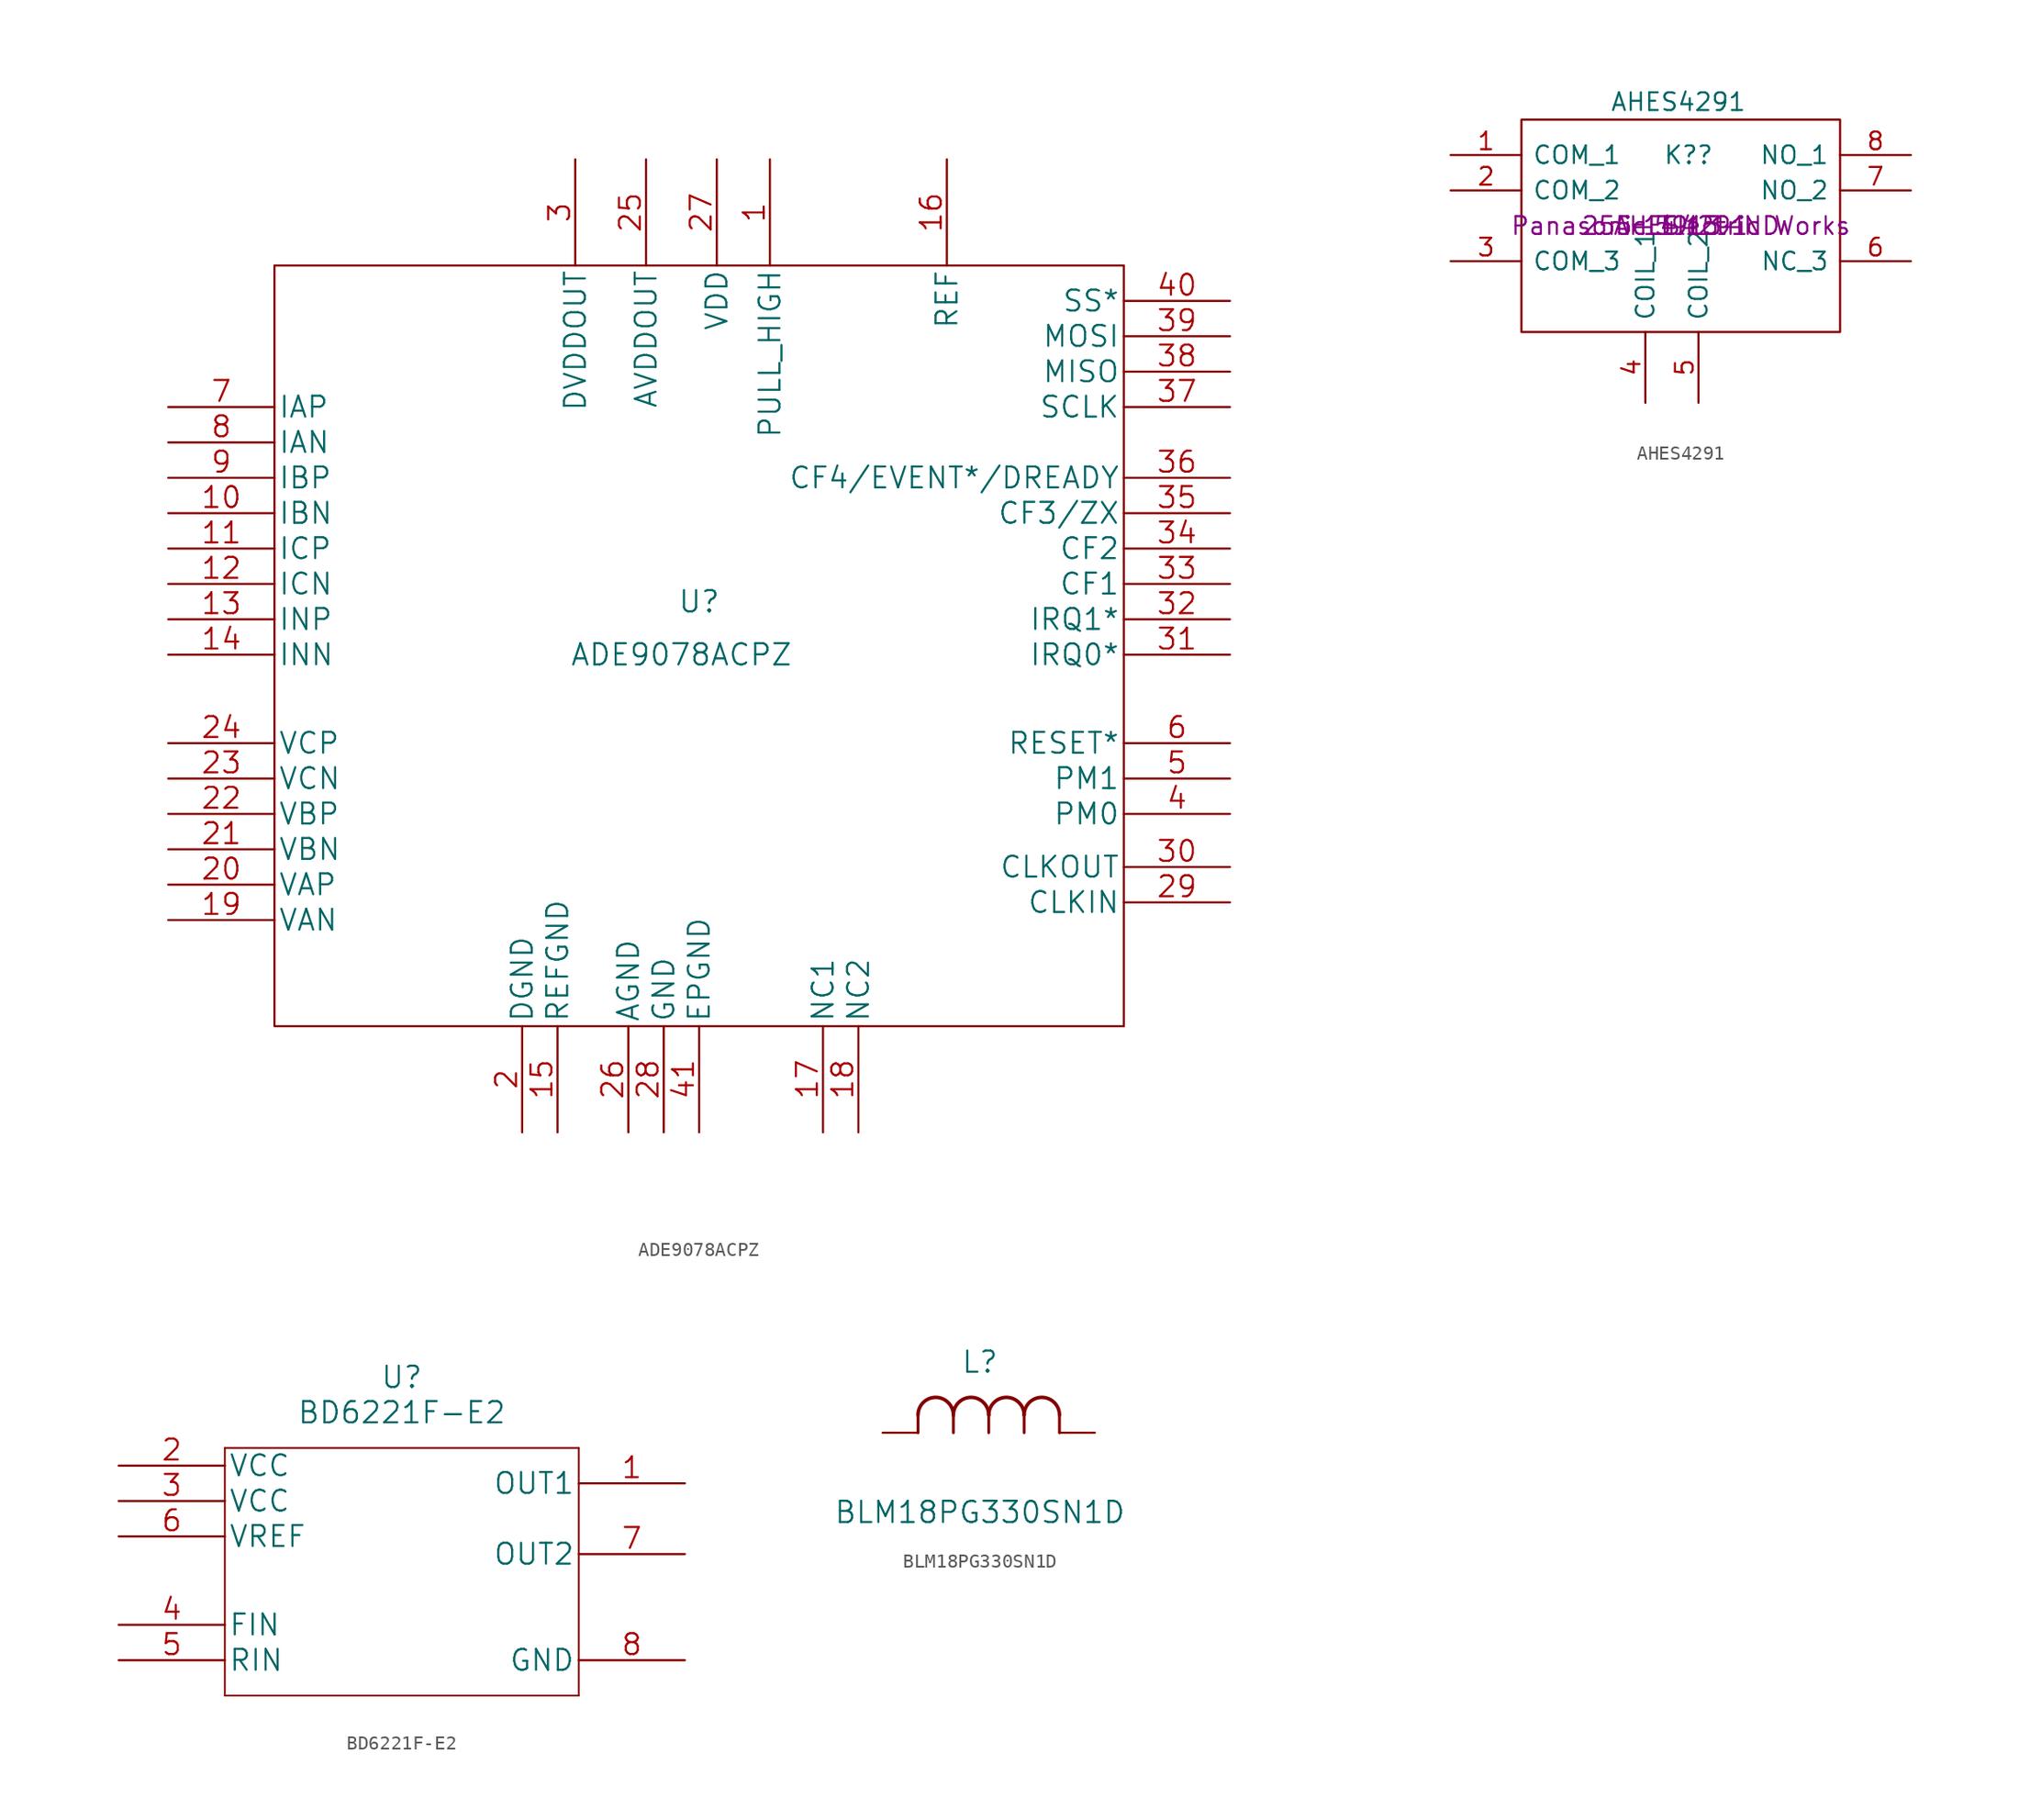
<source format=kicad_sym>
(kicad_symbol_lib
  (version 20211014)
  (generator kicad_symbol_editor)
  (symbol "ADE9078ACPZ"
    (pin_names
      (offset 0.254))
    (property "Reference" "U"
      (at 38.1 -21.59 0)
      (effects (font (size 1.524 1.524))))
    (property "Value" "ADE9078ACPZ"
      (at 36.83 -25.4 0)
      (effects (font (size 1.524 1.524))))
    (property "Datasheet" ""
      (at 34.29 10.16 90)
      (effects (font (size 1.524 1.524))))
    (symbol "ADE9078ACPZ_1_1"
      (rectangle (start 7.62 2.54) (end 68.58 -52.07) (stroke (width 0) (type default) (color 0 0 0 0)) (fill (type none)))
      (rectangle (start 68.58 -52.07) (end 68.58 -52.07) (stroke (width 0) (type default) (color 0 0 0 0)) (fill (type none)))
      (pin unspecified line (at 43.18 10.16 270) (length 7.62) (name "PULL_HIGH" (effects (font (size 1.499 1.499)))) (number "1" (effects (font (size 1.499 1.499)))))
      (pin unspecified line (at 0 -15.24 0) (length 7.62) (name "IBN" (effects (font (size 1.499 1.499)))) (number "10" (effects (font (size 1.499 1.499)))))
      (pin unspecified line (at 0 -17.78 0) (length 7.62) (name "ICP" (effects (font (size 1.499 1.499)))) (number "11" (effects (font (size 1.499 1.499)))))
      (pin unspecified line (at 0 -20.32 0) (length 7.62) (name "ICN" (effects (font (size 1.499 1.499)))) (number "12" (effects (font (size 1.499 1.499)))))
      (pin unspecified line (at 0 -22.86 0) (length 7.62) (name "INP" (effects (font (size 1.499 1.499)))) (number "13" (effects (font (size 1.499 1.499)))))
      (pin unspecified line (at 0 -25.4 0) (length 7.62) (name "INN" (effects (font (size 1.499 1.499)))) (number "14" (effects (font (size 1.499 1.499)))))
      (pin unspecified line (at 27.94 -59.69 90) (length 7.62) (name "REFGND" (effects (font (size 1.499 1.499)))) (number "15" (effects (font (size 1.499 1.499)))))
      (pin unspecified line (at 55.88 10.16 270) (length 7.62) (name "REF" (effects (font (size 1.499 1.499)))) (number "16" (effects (font (size 1.499 1.499)))))
      (pin unspecified line (at 46.99 -59.69 90) (length 7.62) (name "NC1" (effects (font (size 1.499 1.499)))) (number "17" (effects (font (size 1.499 1.499)))))
      (pin unspecified line (at 49.53 -59.69 90) (length 7.62) (name "NC2" (effects (font (size 1.499 1.499)))) (number "18" (effects (font (size 1.499 1.499)))))
      (pin unspecified line (at 0 -44.45 0) (length 7.62) (name "VAN" (effects (font (size 1.499 1.499)))) (number "19" (effects (font (size 1.499 1.499)))))
      (pin unspecified line (at 25.4 -59.69 90) (length 7.62) (name "DGND" (effects (font (size 1.499 1.499)))) (number "2" (effects (font (size 1.499 1.499)))))
      (pin unspecified line (at 0 -41.91 0) (length 7.62) (name "VAP" (effects (font (size 1.499 1.499)))) (number "20" (effects (font (size 1.499 1.499)))))
      (pin unspecified line (at 0 -39.37 0) (length 7.62) (name "VBN" (effects (font (size 1.499 1.499)))) (number "21" (effects (font (size 1.499 1.499)))))
      (pin unspecified line (at 0 -36.83 0) (length 7.62) (name "VBP" (effects (font (size 1.499 1.499)))) (number "22" (effects (font (size 1.499 1.499)))))
      (pin unspecified line (at 0 -34.29 0) (length 7.62) (name "VCN" (effects (font (size 1.499 1.499)))) (number "23" (effects (font (size 1.499 1.499)))))
      (pin unspecified line (at 0 -31.75 0) (length 7.62) (name "VCP" (effects (font (size 1.499 1.499)))) (number "24" (effects (font (size 1.499 1.499)))))
      (pin unspecified line (at 34.29 10.16 270) (length 7.62) (name "AVDDOUT" (effects (font (size 1.499 1.499)))) (number "25" (effects (font (size 1.499 1.499)))))
      (pin unspecified line (at 33.02 -59.69 90) (length 7.62) (name "AGND" (effects (font (size 1.499 1.499)))) (number "26" (effects (font (size 1.499 1.499)))))
      (pin unspecified line (at 39.37 10.16 270) (length 7.62) (name "VDD" (effects (font (size 1.499 1.499)))) (number "27" (effects (font (size 1.499 1.499)))))
      (pin unspecified line (at 35.56 -59.69 90) (length 7.62) (name "GND" (effects (font (size 1.499 1.499)))) (number "28" (effects (font (size 1.499 1.499)))))
      (pin unspecified line (at 76.2 -43.18 180) (length 7.62) (name "CLKIN" (effects (font (size 1.499 1.499)))) (number "29" (effects (font (size 1.499 1.499)))))
      (pin unspecified line (at 29.21 10.16 270) (length 7.62) (name "DVDDOUT" (effects (font (size 1.499 1.499)))) (number "3" (effects (font (size 1.499 1.499)))))
      (pin unspecified line (at 76.2 -40.64 180) (length 7.62) (name "CLKOUT" (effects (font (size 1.499 1.499)))) (number "30" (effects (font (size 1.499 1.499)))))
      (pin unspecified line (at 76.2 -25.4 180) (length 7.62) (name "IRQ0*" (effects (font (size 1.499 1.499)))) (number "31" (effects (font (size 1.499 1.499)))))
      (pin unspecified line (at 76.2 -22.86 180) (length 7.62) (name "IRQ1*" (effects (font (size 1.499 1.499)))) (number "32" (effects (font (size 1.499 1.499)))))
      (pin unspecified line (at 76.2 -20.32 180) (length 7.62) (name "CF1" (effects (font (size 1.499 1.499)))) (number "33" (effects (font (size 1.499 1.499)))))
      (pin unspecified line (at 76.2 -17.78 180) (length 7.62) (name "CF2" (effects (font (size 1.499 1.499)))) (number "34" (effects (font (size 1.499 1.499)))))
      (pin unspecified line (at 76.2 -15.24 180) (length 7.62) (name "CF3/ZX" (effects (font (size 1.499 1.499)))) (number "35" (effects (font (size 1.499 1.499)))))
      (pin unspecified line (at 76.2 -12.7 180) (length 7.62) (name "CF4/EVENT*/DREADY" (effects (font (size 1.499 1.499)))) (number "36" (effects (font (size 1.499 1.499)))))
      (pin unspecified line (at 76.2 -7.62 180) (length 7.62) (name "SCLK" (effects (font (size 1.499 1.499)))) (number "37" (effects (font (size 1.499 1.499)))))
      (pin unspecified line (at 76.2 -5.08 180) (length 7.62) (name "MISO" (effects (font (size 1.499 1.499)))) (number "38" (effects (font (size 1.499 1.499)))))
      (pin unspecified line (at 76.2 -2.54 180) (length 7.62) (name "MOSI" (effects (font (size 1.499 1.499)))) (number "39" (effects (font (size 1.499 1.499)))))
      (pin unspecified line (at 76.2 -36.83 180) (length 7.62) (name "PM0" (effects (font (size 1.499 1.499)))) (number "4" (effects (font (size 1.499 1.499)))))
      (pin unspecified line (at 76.2 0 180) (length 7.62) (name "SS*" (effects (font (size 1.499 1.499)))) (number "40" (effects (font (size 1.499 1.499)))))
      (pin unspecified line (at 38.1 -59.69 90) (length 7.62) (name "EPGND" (effects (font (size 1.499 1.499)))) (number "41" (effects (font (size 1.499 1.499)))))
      (pin unspecified line (at 76.2 -34.29 180) (length 7.62) (name "PM1" (effects (font (size 1.499 1.499)))) (number "5" (effects (font (size 1.499 1.499)))))
      (pin unspecified line (at 76.2 -31.75 180) (length 7.62) (name "RESET*" (effects (font (size 1.499 1.499)))) (number "6" (effects (font (size 1.499 1.499)))))
      (pin unspecified line (at 0 -7.62 0) (length 7.62) (name "IAP" (effects (font (size 1.499 1.499)))) (number "7" (effects (font (size 1.499 1.499)))))
      (pin unspecified line (at 0 -10.16 0) (length 7.62) (name "IAN" (effects (font (size 1.499 1.499)))) (number "8" (effects (font (size 1.499 1.499)))))
      (pin unspecified line (at 0 -12.7 0) (length 7.62) (name "IBP" (effects (font (size 1.499 1.499)))) (number "9" (effects (font (size 1.499 1.499)))))))
  (symbol "AHES4291"
    (pin_names
      (offset 0.762))
    (property "Reference" "K?"
      (at -1.27 5.08 0)
      (effects (font (size 1.27 1.27)) (justify left)))
    (property "Value" "AHES4291"
      (at -5.08 8.89 0)
      (effects (font (size 1.27 1.27)) (justify left)))
    (property "Digikey" "255-5913-ND"
      (at 0 0 0)
      (effects (font (size 1.27 1.27))))
    (property "MPN" "AHES4291"
      (at 0 0 0)
      (effects (font (size 1.27 1.27))))
    (property "Price" "14.15"
      (at 0 0 0)
      (effects (font (size 1.27 1.27))))
    (property "Manufacturer" "Panasonic Electric Works"
      (at 0 0 0)
      (effects (font (size 1.27 1.27))))
    (symbol "AHES4291_0_0"
      (pin passive line (at -16.51 5.08 0) (length 5.08) (name "COM_1" (effects (font (size 1.27 1.27)))) (number "1" (effects (font (size 1.27 1.27)))))
      (pin passive line (at -16.51 2.54 0) (length 5.08) (name "COM_2" (effects (font (size 1.27 1.27)))) (number "2" (effects (font (size 1.27 1.27)))))
      (pin passive line (at -16.51 -2.54 0) (length 5.08) (name "COM_3" (effects (font (size 1.27 1.27)))) (number "3" (effects (font (size 1.27 1.27)))))
      (pin passive line (at -2.54 -12.7 90) (length 5.08) (name "COIL_1" (effects (font (size 1.27 1.27)))) (number "4" (effects (font (size 1.27 1.27)))))
      (pin passive line (at 1.27 -12.7 90) (length 5.08) (name "COIL_2" (effects (font (size 1.27 1.27)))) (number "5" (effects (font (size 1.27 1.27)))))
      (pin passive line (at 16.51 -2.54 180) (length 5.08) (name "NC_3" (effects (font (size 1.27 1.27)))) (number "6" (effects (font (size 1.27 1.27)))))
      (pin passive line (at 16.51 2.54 180) (length 5.08) (name "NO_2" (effects (font (size 1.27 1.27)))) (number "7" (effects (font (size 1.27 1.27)))))
      (pin passive line (at 16.51 5.08 180) (length 5.08) (name "NO_1" (effects (font (size 1.27 1.27)))) (number "8" (effects (font (size 1.27 1.27))))))
    (symbol "AHES4291_0_1"
      (polyline (pts (xy -11.43 7.62) (xy 11.43 7.62) (xy 11.43 -7.62) (xy -11.43 -7.62) (xy -11.43 7.62)) (stroke (width 0.152) (type default) (color 0 0 0 0)) (fill (type none)))))
  (symbol "BD6221F-E2"
    (pin_names
      (offset 0.254))
    (property "Reference" "U"
      (at -1.27 13.97 0)
      (effects (font (size 1.524 1.524))))
    (property "Value" "BD6221F-E2"
      (at -1.27 11.43 0)
      (effects (font (size 1.524 1.524))))
    (symbol "BD6221F-E2_1_1"
      (polyline (pts (xy -13.97 -8.89) (xy 11.43 -8.89)) (stroke (width 0.127) (type default) (color 0 0 0 0)) (fill (type none)))
      (polyline (pts (xy -13.97 8.89) (xy -13.97 -8.89)) (stroke (width 0.127) (type default) (color 0 0 0 0)) (fill (type none)))
      (polyline (pts (xy 11.43 -8.89) (xy 11.43 8.89)) (stroke (width 0.127) (type default) (color 0 0 0 0)) (fill (type none)))
      (polyline (pts (xy 11.43 8.89) (xy -13.97 8.89)) (stroke (width 0.127) (type default) (color 0 0 0 0)) (fill (type none)))
      (pin output line (at 19.05 6.35 180) (length 7.62) (name "OUT1" (effects (font (size 1.499 1.499)))) (number "1" (effects (font (size 1.499 1.499)))))
      (pin power_in line (at -21.59 7.62 0) (length 7.62) (name "VCC" (effects (font (size 1.499 1.499)))) (number "2" (effects (font (size 1.499 1.499)))))
      (pin power_in line (at -21.59 5.08 0) (length 7.62) (name "VCC" (effects (font (size 1.499 1.499)))) (number "3" (effects (font (size 1.499 1.499)))))
      (pin input line (at -21.59 -3.81 0) (length 7.62) (name "FIN" (effects (font (size 1.499 1.499)))) (number "4" (effects (font (size 1.499 1.499)))))
      (pin input line (at -21.59 -6.35 0) (length 7.62) (name "RIN" (effects (font (size 1.499 1.499)))) (number "5" (effects (font (size 1.499 1.499)))))
      (pin power_in line (at -21.59 2.54 0) (length 7.62) (name "VREF" (effects (font (size 1.499 1.499)))) (number "6" (effects (font (size 1.499 1.499)))))
      (pin output line (at 19.05 1.27 180) (length 7.62) (name "OUT2" (effects (font (size 1.499 1.499)))) (number "7" (effects (font (size 1.499 1.499)))))
      (pin power_in line (at 19.05 -6.35 180) (length 7.62) (name "GND" (effects (font (size 1.499 1.499)))) (number "8" (effects (font (size 1.499 1.499)))))))
  (symbol "BLM18PG330SN1D"
    (pin_numbers hide)
    (pin_names
      (offset 1.651) hide)
    (property "Reference" "L"
      (at -0.635 5.08 0)
      (effects (font (size 1.524 1.524))))
    (property "Value" "BLM18PG330SN1D"
      (at -0.635 -5.715 0)
      (effects (font (size 1.524 1.524))))
    (property "Datasheet" ""
      (at -7.62 0 0)
      (effects (font (size 1.524 1.524))))
    (symbol "BLM18PG330SN1D_1_1"
      (arc (start -2.54 1.27) (mid -3.81 2.54) (end -5.08 1.27) (stroke (width 0.254) (type default) (color 0 0 0 0)) (fill (type none)))
      (polyline (pts (xy -5.08 0) (xy -5.08 1.27)) (stroke (width 0.203) (type default) (color 0 0 0 0)) (fill (type none)))
      (polyline (pts (xy -2.54 0) (xy -2.54 1.27)) (stroke (width 0.203) (type default) (color 0 0 0 0)) (fill (type none)))
      (polyline (pts (xy 0 0) (xy 0 1.27)) (stroke (width 0.203) (type default) (color 0 0 0 0)) (fill (type none)))
      (polyline (pts (xy 2.54 0) (xy 2.54 1.27)) (stroke (width 0.203) (type default) (color 0 0 0 0)) (fill (type none)))
      (polyline (pts (xy 5.08 0) (xy 5.08 1.27)) (stroke (width 0.203) (type default) (color 0 0 0 0)) (fill (type none)))
      (arc (start 0 1.27) (mid -1.27 2.54) (end -2.54 1.27) (stroke (width 0.254) (type default) (color 0 0 0 0)) (fill (type none)))
      (arc (start 2.54 1.27) (mid 1.27 2.54) (end 0 1.27) (stroke (width 0.254) (type default) (color 0 0 0 0)) (fill (type none)))
      (arc (start 5.08 1.27) (mid 3.81 2.54) (end 2.54 1.27) (stroke (width 0.254) (type default) (color 0 0 0 0)) (fill (type none)))
      (pin passive line (at 7.62 0 180) (length 2.54) (name "1" (effects (font (size 1.499 1.499)))) (number "1" (effects (font (size 1.499 1.499)))))
      (pin passive line (at -7.62 0 0) (length 2.54) (name "2" (effects (font (size 1.499 1.499)))) (number "2" (effects (font (size 1.499 1.499))))))))
</source>
